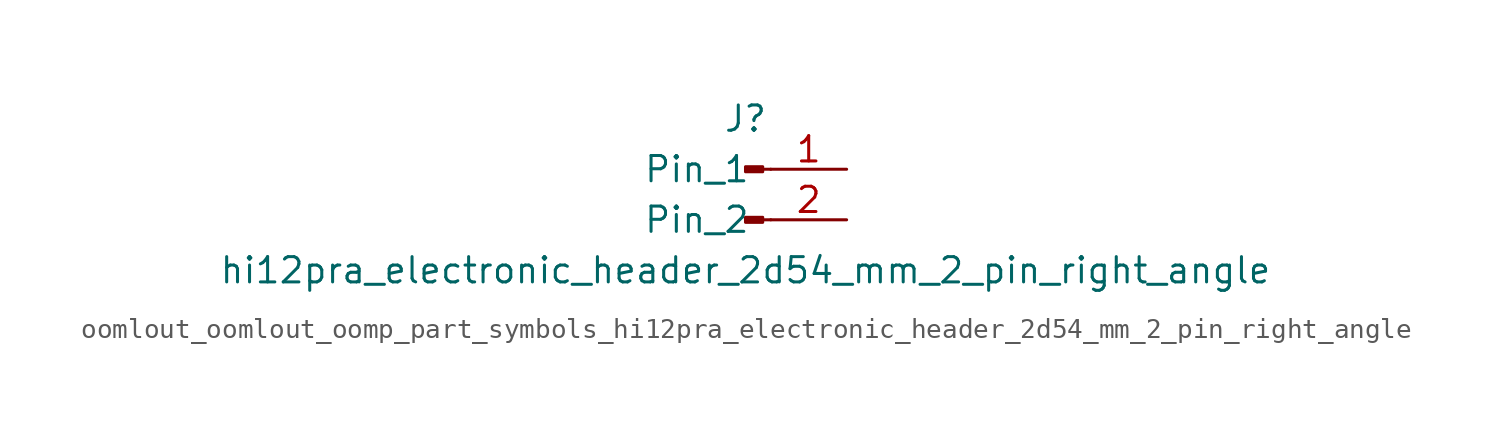
<source format=kicad_sym>
(kicad_symbol_lib
  (version 20220914)
  (generator kicad_symbol_editor)
  (symbol "oomlout_oomlout_oomp_part_symbols_hi12pra_electronic_header_2d54_mm_2_pin_right_angle"
    (pin_names
      (offset 1.016))
    (property "Reference" "J"
      (at 0 2.54 0)
      (effects (font (size 1.27 1.27))))
    (property "Value" "hi12pra_electronic_header_2d54_mm_2_pin_right_angle"
      (at 0 -5.08 0)
      (effects (font (size 1.27 1.27))))
    (property "ki_locked" ""
      (at 0 0 0)
      (effects (font (size 1.27 1.27))))
    (symbol "oomlout_oomlout_oomp_part_symbols_hi12pra_electronic_header_2d54_mm_2_pin_right_angle_1_1"
      (polyline (pts (xy 1.27 -2.54) (xy 0.864 -2.54)) (stroke (width 0.152) (type default)) (fill (type none)))
      (polyline (pts (xy 1.27 0) (xy 0.864 0)) (stroke (width 0.152) (type default)) (fill (type none)))
      (rectangle (start 0.864 -2.413) (end 0 -2.667) (stroke (width 0.152) (type default)) (fill (type outline)))
      (rectangle (start 0.864 0.127) (end 0 -0.127) (stroke (width 0.152) (type default)) (fill (type outline)))
      (pin passive line (at 5.08 0 180) (length 3.81) (name "Pin_1" (effects (font (size 1.27 1.27)))) (number "1" (effects (font (size 1.27 1.27)))))
      (pin passive line (at 5.08 -2.54 180) (length 3.81) (name "Pin_2" (effects (font (size 1.27 1.27)))) (number "2" (effects (font (size 1.27 1.27))))))))
</source>
